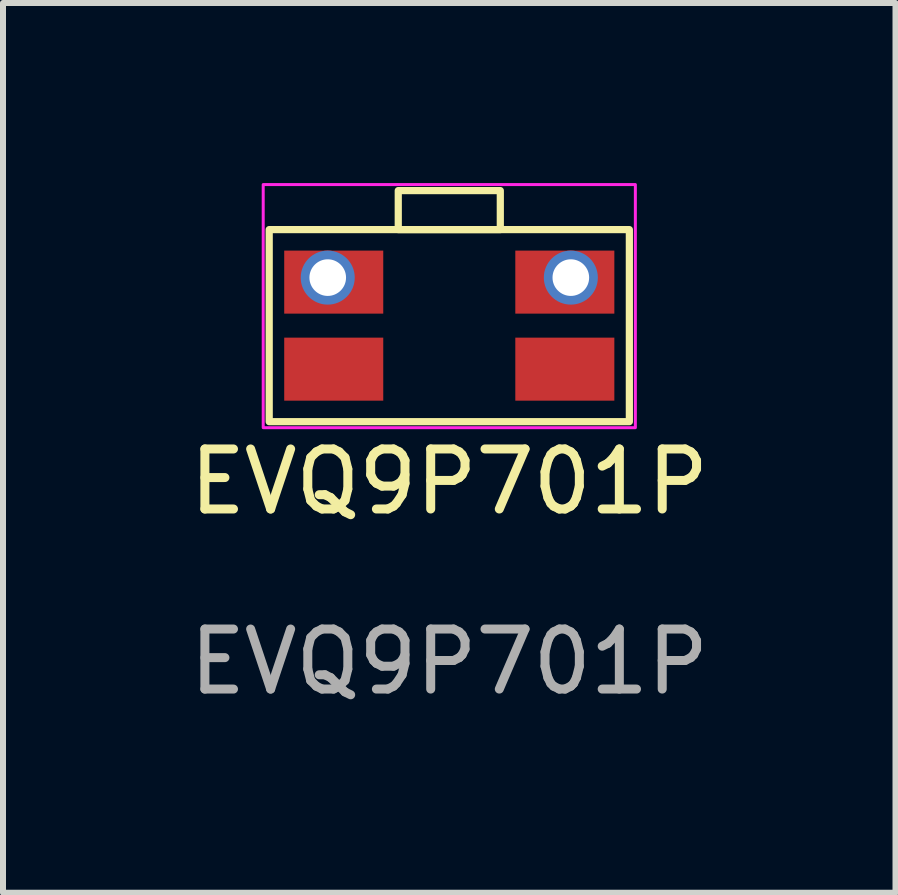
<source format=kicad_pcb>
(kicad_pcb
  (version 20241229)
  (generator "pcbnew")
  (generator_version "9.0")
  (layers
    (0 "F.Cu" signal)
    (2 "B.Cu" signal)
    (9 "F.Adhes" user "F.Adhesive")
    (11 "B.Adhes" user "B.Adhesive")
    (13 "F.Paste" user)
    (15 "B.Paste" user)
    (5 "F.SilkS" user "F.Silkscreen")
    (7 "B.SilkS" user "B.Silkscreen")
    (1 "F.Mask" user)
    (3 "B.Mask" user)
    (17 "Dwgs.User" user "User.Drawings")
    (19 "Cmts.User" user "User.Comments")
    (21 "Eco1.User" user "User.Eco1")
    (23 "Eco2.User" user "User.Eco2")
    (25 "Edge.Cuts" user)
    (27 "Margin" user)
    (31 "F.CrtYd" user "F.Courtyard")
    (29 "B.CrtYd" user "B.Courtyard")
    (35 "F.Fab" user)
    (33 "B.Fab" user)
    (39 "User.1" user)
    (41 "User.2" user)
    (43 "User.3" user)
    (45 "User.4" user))
  (footprint "EVQ9P701P"
    (layer "F.Cu")
    (at 4.435 2.375)
    (property "Reference" "EVQ9P701P" (at 0 2.6 0) (unlocked yes) (layer "F.SilkS") (effects (font (size 1 1) (thickness 0.15))))
    (attr smd)
    (fp_rect (start -3 -1.6) (end 3 1.6) (stroke (width 0.12) (type solid)) (fill no) (layer "F.SilkS"))
    (fp_rect (start -0.85 -2.25) (end 0.85 -1.6) (stroke (width 0.12) (type solid)) (fill no) (layer "F.SilkS"))
    (fp_rect (start -3.1 -2.35) (end 3.1 1.7) (stroke (width 0.05) (type solid)) (fill no) (layer "F.CrtYd"))
    (fp_text user "${REFERENCE}" (at 0 5.6 0) (unlocked yes) (layer "F.Fab") (effects (font (size 1 1) (thickness 0.15))))
    (pad "1" thru_hole circle (at -2.025 -0.8) (size 0.9 0.9) (drill 0.61) (layers "*.Cu" "*.Mask"))
    (pad "1" smd rect (at -1.925 -0.725) (size 1.65 1.05) (layers "F.Cu" "F.Mask" "F.Paste"))
    (pad "1" smd rect (at 1.925 -0.725) (size 1.65 1.05) (layers "F.Cu" "F.Mask" "F.Paste"))
    (pad "1" thru_hole circle (at 2.025 -0.8) (size 0.9 0.9) (drill 0.61) (layers "*.Cu" "*.Mask"))
    (pad "2" smd rect (at -1.925 0.725) (size 1.65 1.05) (layers "F.Cu" "F.Mask" "F.Paste"))
    (pad "2" smd rect (at 1.925 0.725) (size 1.65 1.05) (layers "F.Cu" "F.Mask" "F.Paste")))
  (gr_rect
    (start -3 -3)
    (end 11.869 11.823)
    (stroke (width 0.1) (type default))
    (fill no)
    (layer "Edge.Cuts")))
</source>
